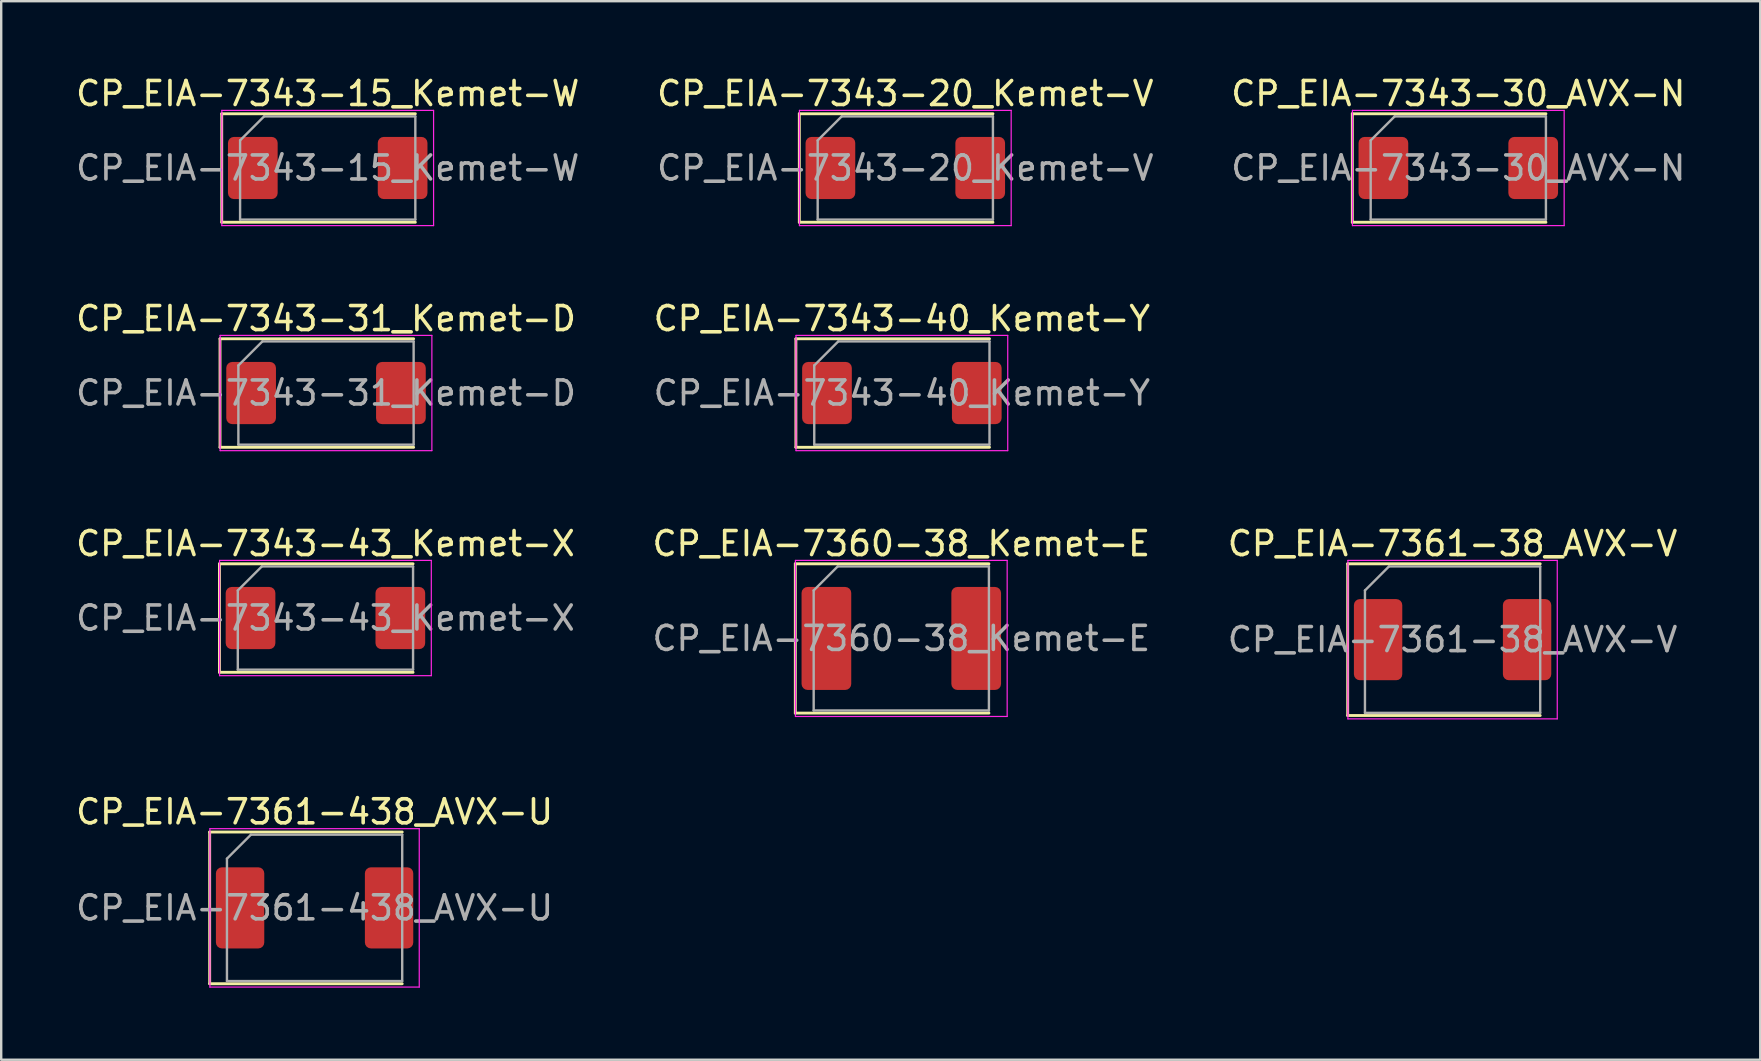
<source format=kicad_pcb>
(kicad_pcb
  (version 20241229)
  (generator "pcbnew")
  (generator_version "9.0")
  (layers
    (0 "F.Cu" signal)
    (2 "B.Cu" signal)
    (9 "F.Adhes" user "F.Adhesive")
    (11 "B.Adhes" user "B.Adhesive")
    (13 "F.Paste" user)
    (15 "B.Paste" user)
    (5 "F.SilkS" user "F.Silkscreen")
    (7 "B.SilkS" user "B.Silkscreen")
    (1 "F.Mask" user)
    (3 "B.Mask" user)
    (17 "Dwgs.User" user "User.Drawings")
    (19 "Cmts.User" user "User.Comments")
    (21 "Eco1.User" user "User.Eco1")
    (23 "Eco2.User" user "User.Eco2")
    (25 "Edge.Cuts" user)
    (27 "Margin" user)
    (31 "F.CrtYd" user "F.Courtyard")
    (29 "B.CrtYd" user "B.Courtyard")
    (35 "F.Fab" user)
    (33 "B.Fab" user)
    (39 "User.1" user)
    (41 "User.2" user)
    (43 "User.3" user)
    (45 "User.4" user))
  (footprint "CP_EIA-7343-43_Kemet-X"
    (layer "F.Cu")
    (at 10.506 22.695)
    (property "Reference" "CP_EIA-7343-43_Kemet-X" (at 0 -3.1 0) (layer "F.SilkS") (effects (font (size 1 1) (thickness 0.15))))
    (attr smd)
    (fp_line (start -4.415 -2.26) (end -4.415 2.26) (stroke (width 0.12) (type solid)) (layer "F.SilkS"))
    (fp_line (start -4.415 2.26) (end 3.65 2.26) (stroke (width 0.12) (type solid)) (layer "F.SilkS"))
    (fp_line (start 3.65 -2.26) (end -4.415 -2.26) (stroke (width 0.12) (type solid)) (layer "F.SilkS"))
    (fp_line (start -4.41 -2.4) (end 4.41 -2.4) (stroke (width 0.05) (type solid)) (layer "F.CrtYd"))
    (fp_line (start -4.41 2.4) (end -4.41 -2.4) (stroke (width 0.05) (type solid)) (layer "F.CrtYd"))
    (fp_line (start 4.41 -2.4) (end 4.41 2.4) (stroke (width 0.05) (type solid)) (layer "F.CrtYd"))
    (fp_line (start 4.41 2.4) (end -4.41 2.4) (stroke (width 0.05) (type solid)) (layer "F.CrtYd"))
    (fp_line (start -3.65 -1.15) (end -3.65 2.15) (stroke (width 0.1) (type solid)) (layer "F.Fab"))
    (fp_line (start -3.65 2.15) (end 3.65 2.15) (stroke (width 0.1) (type solid)) (layer "F.Fab"))
    (fp_line (start -2.65 -2.15) (end -3.65 -1.15) (stroke (width 0.1) (type solid)) (layer "F.Fab"))
    (fp_line (start 3.65 -2.15) (end -2.65 -2.15) (stroke (width 0.1) (type solid)) (layer "F.Fab"))
    (fp_line (start 3.65 2.15) (end 3.65 -2.15) (stroke (width 0.1) (type solid)) (layer "F.Fab"))
    (fp_text user "${REFERENCE}" (at 0 0 0) (layer "F.Fab") (effects (font (size 1 1) (thickness 0.15))))
    (pad "1" smd roundrect (at -3.12 0) (size 2.07 2.59) (layers "F.Cu" "F.Mask" "F.Paste") (roundrect_rratio 0.121))
    (pad "2" smd roundrect (at 3.12 0) (size 2.07 2.59) (layers "F.Cu" "F.Mask" "F.Paste") (roundrect_rratio 0.121)))
  (footprint "CP_EIA-7343-15_Kemet-W"
    (layer "F.Cu")
    (at 10.601 3.948)
    (property "Reference" "CP_EIA-7343-15_Kemet-W" (at 0 -3.1 0) (layer "F.SilkS") (effects (font (size 1 1) (thickness 0.15))))
    (attr smd)
    (fp_line (start -4.415 -2.26) (end -4.415 2.26) (stroke (width 0.12) (type solid)) (layer "F.SilkS"))
    (fp_line (start -4.415 2.26) (end 3.65 2.26) (stroke (width 0.12) (type solid)) (layer "F.SilkS"))
    (fp_line (start 3.65 -2.26) (end -4.415 -2.26) (stroke (width 0.12) (type solid)) (layer "F.SilkS"))
    (fp_line (start -4.41 -2.4) (end 4.41 -2.4) (stroke (width 0.05) (type solid)) (layer "F.CrtYd"))
    (fp_line (start -4.41 2.4) (end -4.41 -2.4) (stroke (width 0.05) (type solid)) (layer "F.CrtYd"))
    (fp_line (start 4.41 -2.4) (end 4.41 2.4) (stroke (width 0.05) (type solid)) (layer "F.CrtYd"))
    (fp_line (start 4.41 2.4) (end -4.41 2.4) (stroke (width 0.05) (type solid)) (layer "F.CrtYd"))
    (fp_line (start -3.65 -1.15) (end -3.65 2.15) (stroke (width 0.1) (type solid)) (layer "F.Fab"))
    (fp_line (start -3.65 2.15) (end 3.65 2.15) (stroke (width 0.1) (type solid)) (layer "F.Fab"))
    (fp_line (start -2.65 -2.15) (end -3.65 -1.15) (stroke (width 0.1) (type solid)) (layer "F.Fab"))
    (fp_line (start 3.65 -2.15) (end -2.65 -2.15) (stroke (width 0.1) (type solid)) (layer "F.Fab"))
    (fp_line (start 3.65 2.15) (end 3.65 -2.15) (stroke (width 0.1) (type solid)) (layer "F.Fab"))
    (fp_text user "${REFERENCE}" (at 0 0 0) (layer "F.Fab") (effects (font (size 1 1) (thickness 0.15))))
    (pad "1" smd roundrect (at -3.12 0) (size 2.07 2.59) (layers "F.Cu" "F.Mask" "F.Paste") (roundrect_rratio 0.121))
    (pad "2" smd roundrect (at 3.12 0) (size 2.07 2.59) (layers "F.Cu" "F.Mask" "F.Paste") (roundrect_rratio 0.121)))
  (footprint "CP_EIA-7343-20_Kemet-V"
    (layer "F.Cu")
    (at 34.661 3.948)
    (property "Reference" "CP_EIA-7343-20_Kemet-V" (at 0 -3.1 0) (layer "F.SilkS") (effects (font (size 1 1) (thickness 0.15))))
    (attr smd)
    (fp_line (start -4.415 -2.26) (end -4.415 2.26) (stroke (width 0.12) (type solid)) (layer "F.SilkS"))
    (fp_line (start -4.415 2.26) (end 3.65 2.26) (stroke (width 0.12) (type solid)) (layer "F.SilkS"))
    (fp_line (start 3.65 -2.26) (end -4.415 -2.26) (stroke (width 0.12) (type solid)) (layer "F.SilkS"))
    (fp_line (start -4.41 -2.4) (end 4.41 -2.4) (stroke (width 0.05) (type solid)) (layer "F.CrtYd"))
    (fp_line (start -4.41 2.4) (end -4.41 -2.4) (stroke (width 0.05) (type solid)) (layer "F.CrtYd"))
    (fp_line (start 4.41 -2.4) (end 4.41 2.4) (stroke (width 0.05) (type solid)) (layer "F.CrtYd"))
    (fp_line (start 4.41 2.4) (end -4.41 2.4) (stroke (width 0.05) (type solid)) (layer "F.CrtYd"))
    (fp_line (start -3.65 -1.15) (end -3.65 2.15) (stroke (width 0.1) (type solid)) (layer "F.Fab"))
    (fp_line (start -3.65 2.15) (end 3.65 2.15) (stroke (width 0.1) (type solid)) (layer "F.Fab"))
    (fp_line (start -2.65 -2.15) (end -3.65 -1.15) (stroke (width 0.1) (type solid)) (layer "F.Fab"))
    (fp_line (start 3.65 -2.15) (end -2.65 -2.15) (stroke (width 0.1) (type solid)) (layer "F.Fab"))
    (fp_line (start 3.65 2.15) (end 3.65 -2.15) (stroke (width 0.1) (type solid)) (layer "F.Fab"))
    (fp_text user "${REFERENCE}" (at 0 0 0) (layer "F.Fab") (effects (font (size 1 1) (thickness 0.15))))
    (pad "1" smd roundrect (at -3.12 0) (size 2.07 2.59) (layers "F.Cu" "F.Mask" "F.Paste") (roundrect_rratio 0.121))
    (pad "2" smd roundrect (at 3.12 0) (size 2.07 2.59) (layers "F.Cu" "F.Mask" "F.Paste") (roundrect_rratio 0.121)))
  (footprint "CP_EIA-7361-438_AVX-U"
    (layer "F.Cu")
    (at 10.054 34.768)
    (property "Reference" "CP_EIA-7361-438_AVX-U" (at 0 -4 0) (layer "F.SilkS") (effects (font (size 1 1) (thickness 0.15))))
    (attr smd)
    (fp_line (start -4.37 -3.16) (end -4.37 3.16) (stroke (width 0.12) (type solid)) (layer "F.SilkS"))
    (fp_line (start -4.37 3.16) (end 3.65 3.16) (stroke (width 0.12) (type solid)) (layer "F.SilkS"))
    (fp_line (start 3.65 -3.16) (end -4.37 -3.16) (stroke (width 0.12) (type solid)) (layer "F.SilkS"))
    (fp_line (start -4.36 -3.3) (end 4.36 -3.3) (stroke (width 0.05) (type solid)) (layer "F.CrtYd"))
    (fp_line (start -4.36 3.3) (end -4.36 -3.3) (stroke (width 0.05) (type solid)) (layer "F.CrtYd"))
    (fp_line (start 4.36 -3.3) (end 4.36 3.3) (stroke (width 0.05) (type solid)) (layer "F.CrtYd"))
    (fp_line (start 4.36 3.3) (end -4.36 3.3) (stroke (width 0.05) (type solid)) (layer "F.CrtYd"))
    (fp_line (start -3.65 -2.05) (end -3.65 3.05) (stroke (width 0.1) (type solid)) (layer "F.Fab"))
    (fp_line (start -3.65 3.05) (end 3.65 3.05) (stroke (width 0.1) (type solid)) (layer "F.Fab"))
    (fp_line (start -2.65 -3.05) (end -3.65 -2.05) (stroke (width 0.1) (type solid)) (layer "F.Fab"))
    (fp_line (start 3.65 -3.05) (end -2.65 -3.05) (stroke (width 0.1) (type solid)) (layer "F.Fab"))
    (fp_line (start 3.65 3.05) (end 3.65 -3.05) (stroke (width 0.1) (type solid)) (layer "F.Fab"))
    (fp_text user "${REFERENCE}" (at 0 0 0) (layer "F.Fab") (effects (font (size 1 1) (thickness 0.15))))
    (pad "1" smd roundrect (at -3.103 0) (size 2.015 3.38) (layers "F.Cu" "F.Mask" "F.Paste") (roundrect_rratio 0.124))
    (pad "2" smd roundrect (at 3.103 0) (size 2.015 3.38) (layers "F.Cu" "F.Mask" "F.Paste") (roundrect_rratio 0.124)))
  (footprint "CP_EIA-7343-30_AVX-N"
    (layer "F.Cu")
    (at 57.696 3.948)
    (property "Reference" "CP_EIA-7343-30_AVX-N" (at 0 -3.1 0) (layer "F.SilkS") (effects (font (size 1 1) (thickness 0.15))))
    (attr smd)
    (fp_line (start -4.415 -2.26) (end -4.415 2.26) (stroke (width 0.12) (type solid)) (layer "F.SilkS"))
    (fp_line (start -4.415 2.26) (end 3.65 2.26) (stroke (width 0.12) (type solid)) (layer "F.SilkS"))
    (fp_line (start 3.65 -2.26) (end -4.415 -2.26) (stroke (width 0.12) (type solid)) (layer "F.SilkS"))
    (fp_line (start -4.41 -2.4) (end 4.41 -2.4) (stroke (width 0.05) (type solid)) (layer "F.CrtYd"))
    (fp_line (start -4.41 2.4) (end -4.41 -2.4) (stroke (width 0.05) (type solid)) (layer "F.CrtYd"))
    (fp_line (start 4.41 -2.4) (end 4.41 2.4) (stroke (width 0.05) (type solid)) (layer "F.CrtYd"))
    (fp_line (start 4.41 2.4) (end -4.41 2.4) (stroke (width 0.05) (type solid)) (layer "F.CrtYd"))
    (fp_line (start -3.65 -1.15) (end -3.65 2.15) (stroke (width 0.1) (type solid)) (layer "F.Fab"))
    (fp_line (start -3.65 2.15) (end 3.65 2.15) (stroke (width 0.1) (type solid)) (layer "F.Fab"))
    (fp_line (start -2.65 -2.15) (end -3.65 -1.15) (stroke (width 0.1) (type solid)) (layer "F.Fab"))
    (fp_line (start 3.65 -2.15) (end -2.65 -2.15) (stroke (width 0.1) (type solid)) (layer "F.Fab"))
    (fp_line (start 3.65 2.15) (end 3.65 -2.15) (stroke (width 0.1) (type solid)) (layer "F.Fab"))
    (fp_text user "${REFERENCE}" (at 0 0 0) (layer "F.Fab") (effects (font (size 1 1) (thickness 0.15))))
    (pad "1" smd roundrect (at -3.12 0) (size 2.07 2.59) (layers "F.Cu" "F.Mask" "F.Paste") (roundrect_rratio 0.121))
    (pad "2" smd roundrect (at 3.12 0) (size 2.07 2.59) (layers "F.Cu" "F.Mask" "F.Paste") (roundrect_rratio 0.121)))
  (footprint "CP_EIA-7343-31_Kemet-D"
    (layer "F.Cu")
    (at 10.53 13.322)
    (property "Reference" "CP_EIA-7343-31_Kemet-D" (at 0 -3.1 0) (layer "F.SilkS") (effects (font (size 1 1) (thickness 0.15))))
    (attr smd)
    (fp_line (start -4.415 -2.26) (end -4.415 2.26) (stroke (width 0.12) (type solid)) (layer "F.SilkS"))
    (fp_line (start -4.415 2.26) (end 3.65 2.26) (stroke (width 0.12) (type solid)) (layer "F.SilkS"))
    (fp_line (start 3.65 -2.26) (end -4.415 -2.26) (stroke (width 0.12) (type solid)) (layer "F.SilkS"))
    (fp_line (start -4.41 -2.4) (end 4.41 -2.4) (stroke (width 0.05) (type solid)) (layer "F.CrtYd"))
    (fp_line (start -4.41 2.4) (end -4.41 -2.4) (stroke (width 0.05) (type solid)) (layer "F.CrtYd"))
    (fp_line (start 4.41 -2.4) (end 4.41 2.4) (stroke (width 0.05) (type solid)) (layer "F.CrtYd"))
    (fp_line (start 4.41 2.4) (end -4.41 2.4) (stroke (width 0.05) (type solid)) (layer "F.CrtYd"))
    (fp_line (start -3.65 -1.15) (end -3.65 2.15) (stroke (width 0.1) (type solid)) (layer "F.Fab"))
    (fp_line (start -3.65 2.15) (end 3.65 2.15) (stroke (width 0.1) (type solid)) (layer "F.Fab"))
    (fp_line (start -2.65 -2.15) (end -3.65 -1.15) (stroke (width 0.1) (type solid)) (layer "F.Fab"))
    (fp_line (start 3.65 -2.15) (end -2.65 -2.15) (stroke (width 0.1) (type solid)) (layer "F.Fab"))
    (fp_line (start 3.65 2.15) (end 3.65 -2.15) (stroke (width 0.1) (type solid)) (layer "F.Fab"))
    (fp_text user "${REFERENCE}" (at 0 0 0) (layer "F.Fab") (effects (font (size 1 1) (thickness 0.15))))
    (pad "1" smd roundrect (at -3.12 0) (size 2.07 2.59) (layers "F.Cu" "F.Mask" "F.Paste") (roundrect_rratio 0.121))
    (pad "2" smd roundrect (at 3.12 0) (size 2.07 2.59) (layers "F.Cu" "F.Mask" "F.Paste") (roundrect_rratio 0.121)))
  (footprint "CP_EIA-7360-38_Kemet-E"
    (layer "F.Cu")
    (at 34.494 23.545)
    (property "Reference" "CP_EIA-7360-38_Kemet-E" (at 0 -3.95 0) (layer "F.SilkS") (effects (font (size 1 1) (thickness 0.15))))
    (attr smd)
    (fp_line (start -4.415 -3.11) (end -4.415 3.11) (stroke (width 0.12) (type solid)) (layer "F.SilkS"))
    (fp_line (start -4.415 3.11) (end 3.65 3.11) (stroke (width 0.12) (type solid)) (layer "F.SilkS"))
    (fp_line (start 3.65 -3.11) (end -4.415 -3.11) (stroke (width 0.12) (type solid)) (layer "F.SilkS"))
    (fp_line (start -4.41 -3.25) (end 4.41 -3.25) (stroke (width 0.05) (type solid)) (layer "F.CrtYd"))
    (fp_line (start -4.41 3.25) (end -4.41 -3.25) (stroke (width 0.05) (type solid)) (layer "F.CrtYd"))
    (fp_line (start 4.41 -3.25) (end 4.41 3.25) (stroke (width 0.05) (type solid)) (layer "F.CrtYd"))
    (fp_line (start 4.41 3.25) (end -4.41 3.25) (stroke (width 0.05) (type solid)) (layer "F.CrtYd"))
    (fp_line (start -3.65 -2) (end -3.65 3) (stroke (width 0.1) (type solid)) (layer "F.Fab"))
    (fp_line (start -3.65 3) (end 3.65 3) (stroke (width 0.1) (type solid)) (layer "F.Fab"))
    (fp_line (start -2.65 -3) (end -3.65 -2) (stroke (width 0.1) (type solid)) (layer "F.Fab"))
    (fp_line (start 3.65 -3) (end -2.65 -3) (stroke (width 0.1) (type solid)) (layer "F.Fab"))
    (fp_line (start 3.65 3) (end 3.65 -3) (stroke (width 0.1) (type solid)) (layer "F.Fab"))
    (fp_text user "${REFERENCE}" (at 0 0 0) (layer "F.Fab") (effects (font (size 1 1) (thickness 0.15))))
    (pad "1" smd roundrect (at -3.12 0) (size 2.07 4.29) (layers "F.Cu" "F.Mask" "F.Paste") (roundrect_rratio 0.121))
    (pad "2" smd roundrect (at 3.12 0) (size 2.07 4.29) (layers "F.Cu" "F.Mask" "F.Paste") (roundrect_rratio 0.121)))
  (footprint "CP_EIA-7343-40_Kemet-Y"
    (layer "F.Cu")
    (at 34.518 13.322)
    (property "Reference" "CP_EIA-7343-40_Kemet-Y" (at 0 -3.1 0) (layer "F.SilkS") (effects (font (size 1 1) (thickness 0.15))))
    (attr smd)
    (fp_line (start -4.415 -2.26) (end -4.415 2.26) (stroke (width 0.12) (type solid)) (layer "F.SilkS"))
    (fp_line (start -4.415 2.26) (end 3.65 2.26) (stroke (width 0.12) (type solid)) (layer "F.SilkS"))
    (fp_line (start 3.65 -2.26) (end -4.415 -2.26) (stroke (width 0.12) (type solid)) (layer "F.SilkS"))
    (fp_line (start -4.41 -2.4) (end 4.41 -2.4) (stroke (width 0.05) (type solid)) (layer "F.CrtYd"))
    (fp_line (start -4.41 2.4) (end -4.41 -2.4) (stroke (width 0.05) (type solid)) (layer "F.CrtYd"))
    (fp_line (start 4.41 -2.4) (end 4.41 2.4) (stroke (width 0.05) (type solid)) (layer "F.CrtYd"))
    (fp_line (start 4.41 2.4) (end -4.41 2.4) (stroke (width 0.05) (type solid)) (layer "F.CrtYd"))
    (fp_line (start -3.65 -1.15) (end -3.65 2.15) (stroke (width 0.1) (type solid)) (layer "F.Fab"))
    (fp_line (start -3.65 2.15) (end 3.65 2.15) (stroke (width 0.1) (type solid)) (layer "F.Fab"))
    (fp_line (start -2.65 -2.15) (end -3.65 -1.15) (stroke (width 0.1) (type solid)) (layer "F.Fab"))
    (fp_line (start 3.65 -2.15) (end -2.65 -2.15) (stroke (width 0.1) (type solid)) (layer "F.Fab"))
    (fp_line (start 3.65 2.15) (end 3.65 -2.15) (stroke (width 0.1) (type solid)) (layer "F.Fab"))
    (fp_text user "${REFERENCE}" (at 0 0 0) (layer "F.Fab") (effects (font (size 1 1) (thickness 0.15))))
    (pad "1" smd roundrect (at -3.12 0) (size 2.07 2.59) (layers "F.Cu" "F.Mask" "F.Paste") (roundrect_rratio 0.121))
    (pad "2" smd roundrect (at 3.12 0) (size 2.07 2.59) (layers "F.Cu" "F.Mask" "F.Paste") (roundrect_rratio 0.121)))
  (footprint "CP_EIA-7361-38_AVX-V"
    (layer "F.Cu")
    (at 57.458 23.595)
    (property "Reference" "CP_EIA-7361-38_AVX-V" (at 0 -4 0) (layer "F.SilkS") (effects (font (size 1 1) (thickness 0.15))))
    (attr smd)
    (fp_line (start -4.37 -3.16) (end -4.37 3.16) (stroke (width 0.12) (type solid)) (layer "F.SilkS"))
    (fp_line (start -4.37 3.16) (end 3.65 3.16) (stroke (width 0.12) (type solid)) (layer "F.SilkS"))
    (fp_line (start 3.65 -3.16) (end -4.37 -3.16) (stroke (width 0.12) (type solid)) (layer "F.SilkS"))
    (fp_line (start -4.36 -3.3) (end 4.36 -3.3) (stroke (width 0.05) (type solid)) (layer "F.CrtYd"))
    (fp_line (start -4.36 3.3) (end -4.36 -3.3) (stroke (width 0.05) (type solid)) (layer "F.CrtYd"))
    (fp_line (start 4.36 -3.3) (end 4.36 3.3) (stroke (width 0.05) (type solid)) (layer "F.CrtYd"))
    (fp_line (start 4.36 3.3) (end -4.36 3.3) (stroke (width 0.05) (type solid)) (layer "F.CrtYd"))
    (fp_line (start -3.65 -2.05) (end -3.65 3.05) (stroke (width 0.1) (type solid)) (layer "F.Fab"))
    (fp_line (start -3.65 3.05) (end 3.65 3.05) (stroke (width 0.1) (type solid)) (layer "F.Fab"))
    (fp_line (start -2.65 -3.05) (end -3.65 -2.05) (stroke (width 0.1) (type solid)) (layer "F.Fab"))
    (fp_line (start 3.65 -3.05) (end -2.65 -3.05) (stroke (width 0.1) (type solid)) (layer "F.Fab"))
    (fp_line (start 3.65 3.05) (end 3.65 -3.05) (stroke (width 0.1) (type solid)) (layer "F.Fab"))
    (fp_text user "${REFERENCE}" (at 0 0 0) (layer "F.Fab") (effects (font (size 1 1) (thickness 0.15))))
    (pad "1" smd roundrect (at -3.103 0) (size 2.015 3.38) (layers "F.Cu" "F.Mask" "F.Paste") (roundrect_rratio 0.124))
    (pad "2" smd roundrect (at 3.103 0) (size 2.015 3.38) (layers "F.Cu" "F.Mask" "F.Paste") (roundrect_rratio 0.124)))
  (gr_rect
    (start -3 -3)
    (end 70.274 41.093)
    (stroke (width 0.1) (type default))
    (fill no)
    (layer "Edge.Cuts")))
</source>
